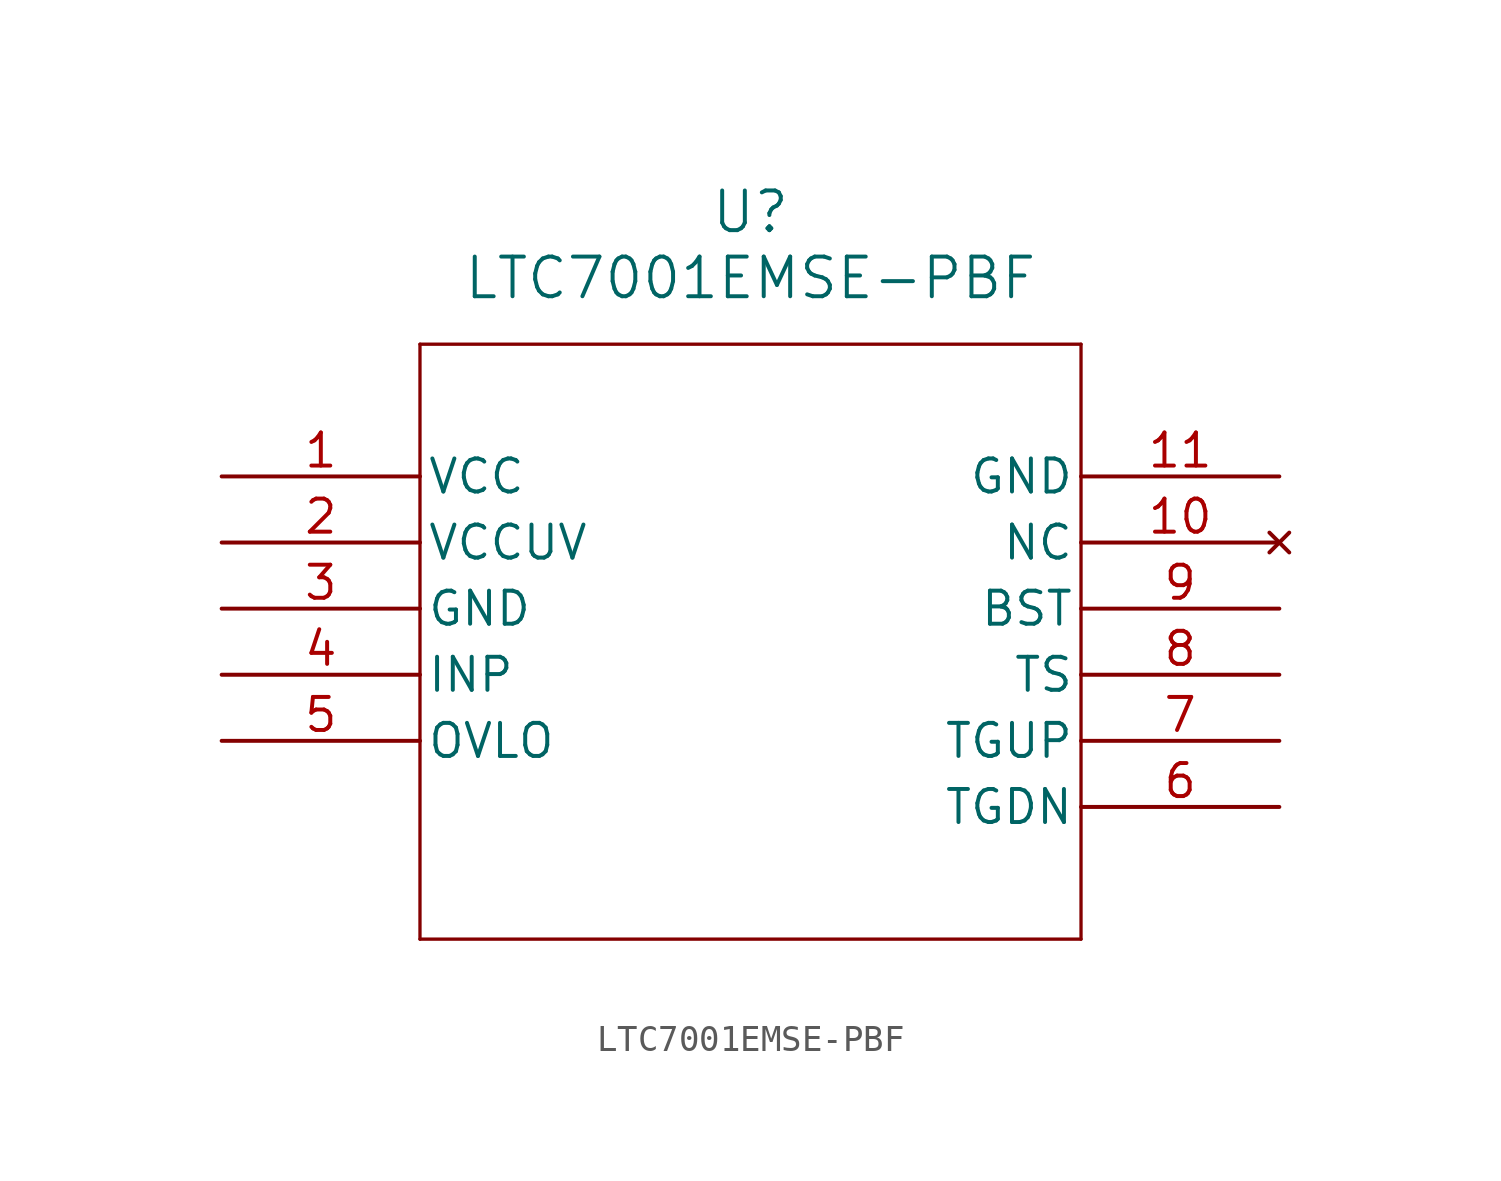
<source format=kicad_sym>
(kicad_symbol_lib
  (version 20211014)
  (generator kicad_symbol_editor)
  (symbol "LTC7001EMSE-PBF"
    (pin_names
      (offset 0.254))
    (property "Reference" "U"
      (at 20.32 10.16 0)
      (effects (font (size 1.524 1.524))))
    (property "Value" "LTC7001EMSE-PBF"
      (at 20.32 7.62 0)
      (effects (font (size 1.524 1.524))))
    (symbol "LTC7001EMSE-PBF_0_1"
      (polyline (pts (xy 7.62 5.08) (xy 7.62 -17.78)) (stroke (width 0.127) (type default) (color 0 0 0 0)) (fill (type none)))
      (polyline (pts (xy 7.62 -17.78) (xy 33.02 -17.78)) (stroke (width 0.127) (type default) (color 0 0 0 0)) (fill (type none)))
      (polyline (pts (xy 33.02 -17.78) (xy 33.02 5.08)) (stroke (width 0.127) (type default) (color 0 0 0 0)) (fill (type none)))
      (polyline (pts (xy 33.02 5.08) (xy 7.62 5.08)) (stroke (width 0.127) (type default) (color 0 0 0 0)) (fill (type none)))
      (pin power_in line (at 0 0 0) (length 7.62) (name "VCC" (effects (font (size 1.27 1.27)))) (number "1" (effects (font (size 1.27 1.27)))))
      (pin power_in line (at 0 -2.54 0) (length 7.62) (name "VCCUV" (effects (font (size 1.27 1.27)))) (number "2" (effects (font (size 1.27 1.27)))))
      (pin power_out line (at 0 -5.08 0) (length 7.62) (name "GND" (effects (font (size 1.27 1.27)))) (number "3" (effects (font (size 1.27 1.27)))))
      (pin input line (at 0 -7.62 0) (length 7.62) (name "INP" (effects (font (size 1.27 1.27)))) (number "4" (effects (font (size 1.27 1.27)))))
      (pin input line (at 0 -10.16 0) (length 7.62) (name "OVLO" (effects (font (size 1.27 1.27)))) (number "5" (effects (font (size 1.27 1.27)))))
      (pin power_in line (at 40.64 -12.7 180) (length 7.62) (name "TGDN" (effects (font (size 1.27 1.27)))) (number "6" (effects (font (size 1.27 1.27)))))
      (pin power_in line (at 40.64 -10.16 180) (length 7.62) (name "TGUP" (effects (font (size 1.27 1.27)))) (number "7" (effects (font (size 1.27 1.27)))))
      (pin power_in line (at 40.64 -7.62 180) (length 7.62) (name "TS" (effects (font (size 1.27 1.27)))) (number "8" (effects (font (size 1.27 1.27)))))
      (pin power_in line (at 40.64 -5.08 180) (length 7.62) (name "BST" (effects (font (size 1.27 1.27)))) (number "9" (effects (font (size 1.27 1.27)))))
      (pin no_connect line (at 40.64 -2.54 180) (length 7.62) (name "NC" (effects (font (size 1.27 1.27)))) (number "10" (effects (font (size 1.27 1.27)))))
      (pin power_out line (at 40.64 0 180) (length 7.62) (name "GND" (effects (font (size 1.27 1.27)))) (number "11" (effects (font (size 1.27 1.27))))))))
</source>
